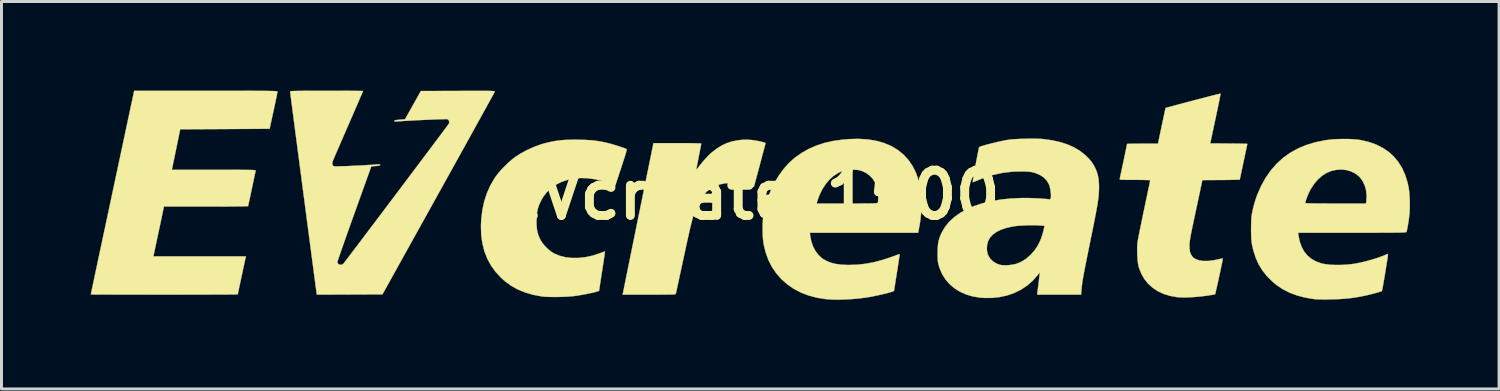
<source format=kicad_pcb>
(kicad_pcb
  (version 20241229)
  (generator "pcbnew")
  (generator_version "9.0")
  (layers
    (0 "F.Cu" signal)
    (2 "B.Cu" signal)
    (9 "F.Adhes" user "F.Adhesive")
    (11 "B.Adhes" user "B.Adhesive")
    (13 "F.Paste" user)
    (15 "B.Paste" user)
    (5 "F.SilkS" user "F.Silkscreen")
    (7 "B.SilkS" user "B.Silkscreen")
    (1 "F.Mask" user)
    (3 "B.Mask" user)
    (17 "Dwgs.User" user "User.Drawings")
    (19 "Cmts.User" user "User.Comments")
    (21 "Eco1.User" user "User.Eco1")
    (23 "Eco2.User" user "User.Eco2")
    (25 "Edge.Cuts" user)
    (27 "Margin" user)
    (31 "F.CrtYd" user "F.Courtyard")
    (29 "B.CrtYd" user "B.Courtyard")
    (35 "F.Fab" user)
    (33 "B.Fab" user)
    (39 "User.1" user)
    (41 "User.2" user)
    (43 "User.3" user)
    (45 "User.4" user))
  (footprint "EVcreate_1500"
    (layer "F.Cu")
    (at 22.188 3.51)
    (property "Reference" "EVcreate_1500" (at 0 0 0) (layer "F.SilkS") (effects (font (size 1.524 1.524) (thickness 0.3))))
    (attr through_hole)
    (fp_poly (pts (xy -5.728 -1.858) (xy -5.53 -1.852) (xy -5.356 -1.841) (xy -5.199 -1.825) (xy -5.049 -1.803) (xy -4.898 -1.773) (xy -4.742 -1.736) (xy -4.669 -1.716) (xy -4.582 -1.69) (xy -4.487 -1.662) (xy -4.393 -1.631) (xy -4.306 -1.602) (xy -4.233 -1.577) (xy -4.181 -1.557) (xy -4.161 -1.547) (xy -4.156 -1.54) (xy -4.154 -1.524) (xy -4.158 -1.498) (xy -4.167 -1.457) (xy -4.183 -1.399) (xy -4.207 -1.32) (xy -4.239 -1.219) (xy -4.28 -1.093) (xy -4.331 -0.937) (xy -4.336 -0.921) (xy -4.538 -0.309) (xy -4.703 -0.376) (xy -4.956 -0.465) (xy -5.205 -0.527) (xy -5.449 -0.562) (xy -5.686 -0.571) (xy -5.913 -0.554) (xy -6.128 -0.512) (xy -6.329 -0.446) (xy -6.515 -0.356) (xy -6.683 -0.242) (xy -6.83 -0.105) (xy -6.955 0.054) (xy -7.044 0.21) (xy -7.101 0.338) (xy -7.141 0.458) (xy -7.168 0.578) (xy -7.183 0.709) (xy -7.187 0.862) (xy -7.187 0.889) (xy -7.184 1.035) (xy -7.172 1.157) (xy -7.151 1.265) (xy -7.117 1.369) (xy -7.07 1.479) (xy -7.065 1.49) (xy -7.002 1.595) (xy -6.916 1.703) (xy -6.815 1.807) (xy -6.707 1.897) (xy -6.6 1.965) (xy -6.595 1.968) (xy -6.413 2.044) (xy -6.212 2.095) (xy -5.997 2.119) (xy -5.77 2.118) (xy -5.535 2.091) (xy -5.296 2.039) (xy -5.056 1.96) (xy -5.043 1.956) (xy -4.977 1.931) (xy -4.924 1.912) (xy -4.891 1.902) (xy -4.884 1.901) (xy -4.885 1.918) (xy -4.891 1.965) (xy -4.901 2.039) (xy -4.915 2.135) (xy -4.932 2.249) (xy -4.952 2.379) (xy -4.974 2.521) (xy -4.979 2.555) (xy -5.002 2.699) (xy -5.022 2.833) (xy -5.041 2.953) (xy -5.056 3.055) (xy -5.068 3.136) (xy -5.076 3.191) (xy -5.08 3.217) (xy -5.08 3.219) (xy -5.096 3.23) (xy -5.141 3.247) (xy -5.212 3.267) (xy -5.303 3.289) (xy -5.411 3.312) (xy -5.531 3.337) (xy -5.659 3.36) (xy -5.792 3.383) (xy -5.834 3.389) (xy -5.947 3.404) (xy -6.083 3.415) (xy -6.234 3.424) (xy -6.393 3.43) (xy -6.551 3.432) (xy -6.703 3.431) (xy -6.84 3.427) (xy -6.955 3.42) (xy -7.01 3.413) (xy -7.303 3.358) (xy -7.572 3.279) (xy -7.82 3.177) (xy -8.047 3.05) (xy -8.256 2.896) (xy -8.378 2.787) (xy -8.563 2.587) (xy -8.719 2.371) (xy -8.845 2.137) (xy -8.942 1.886) (xy -9.009 1.618) (xy -9.047 1.334) (xy -9.056 1.032) (xy -9.046 0.825) (xy -9.008 0.51) (xy -8.945 0.216) (xy -8.856 -0.059) (xy -8.74 -0.318) (xy -8.597 -0.564) (xy -8.546 -0.638) (xy -8.463 -0.745) (xy -8.36 -0.863) (xy -8.243 -0.983) (xy -8.122 -1.098) (xy -8.003 -1.201) (xy -7.908 -1.274) (xy -7.714 -1.399) (xy -7.498 -1.515) (xy -7.271 -1.617) (xy -7.044 -1.7) (xy -6.897 -1.743) (xy -6.726 -1.783) (xy -6.564 -1.815) (xy -6.403 -1.837) (xy -6.237 -1.852) (xy -6.058 -1.859) (xy -5.857 -1.86) (xy -5.728 -1.858)) (stroke (width 0.01) (type solid)) (fill yes) (layer "F.SilkS"))
    (fp_poly (pts (xy 0.067 -1.849) (xy 0.245 -1.821) (xy 0.377 -1.792) (xy 0.449 -1.775) (xy 0.493 -1.76) (xy 0.515 -1.747) (xy 0.519 -1.733) (xy 0.518 -1.73) (xy 0.512 -1.708) (xy 0.498 -1.657) (xy 0.478 -1.58) (xy 0.451 -1.481) (xy 0.42 -1.363) (xy 0.385 -1.23) (xy 0.346 -1.086) (xy 0.321 -0.991) (xy 0.281 -0.841) (xy 0.244 -0.703) (xy 0.21 -0.578) (xy 0.181 -0.47) (xy 0.157 -0.382) (xy 0.14 -0.319) (xy 0.13 -0.282) (xy 0.127 -0.275) (xy 0.11 -0.277) (xy 0.067 -0.286) (xy 0.004 -0.3) (xy -0.073 -0.318) (xy -0.08 -0.32) (xy -0.307 -0.368) (xy -0.511 -0.396) (xy -0.696 -0.402) (xy -0.867 -0.388) (xy -1.027 -0.353) (xy -1.18 -0.296) (xy -1.201 -0.287) (xy -1.345 -0.205) (xy -1.473 -0.1) (xy -1.586 0.03) (xy -1.689 0.188) (xy -1.745 0.296) (xy -1.776 0.361) (xy -1.805 0.424) (xy -1.831 0.486) (xy -1.856 0.55) (xy -1.881 0.618) (xy -1.905 0.693) (xy -1.93 0.777) (xy -1.956 0.873) (xy -1.984 0.983) (xy -2.015 1.109) (xy -2.049 1.255) (xy -2.087 1.423) (xy -2.129 1.614) (xy -2.176 1.832) (xy -2.23 2.079) (xy -2.269 2.261) (xy -2.308 2.443) (xy -2.345 2.616) (xy -2.38 2.777) (xy -2.412 2.923) (xy -2.439 3.051) (xy -2.462 3.157) (xy -2.481 3.24) (xy -2.493 3.296) (xy -2.499 3.322) (xy -2.499 3.323) (xy -2.503 3.33) (xy -2.512 3.335) (xy -2.528 3.34) (xy -2.554 3.343) (xy -2.593 3.346) (xy -2.649 3.349) (xy -2.722 3.35) (xy -2.816 3.351) (xy -2.935 3.352) (xy -3.08 3.353) (xy -3.254 3.353) (xy -3.398 3.353) (xy -4.288 3.353) (xy -4.279 3.306) (xy -4.268 3.252) (xy -4.251 3.169) (xy -4.229 3.06) (xy -4.202 2.926) (xy -4.171 2.772) (xy -4.135 2.597) (xy -4.096 2.405) (xy -4.054 2.198) (xy -4.01 1.979) (xy -3.963 1.748) (xy -3.914 1.509) (xy -3.864 1.264) (xy -3.814 1.015) (xy -3.763 0.764) (xy -3.712 0.514) (xy -3.661 0.266) (xy -3.612 0.023) (xy -3.564 -0.213) (xy -3.518 -0.439) (xy -3.474 -0.655) (xy -3.433 -0.856) (xy -3.395 -1.041) (xy -3.361 -1.208) (xy -3.331 -1.355) (xy -3.306 -1.479) (xy -3.286 -1.579) (xy -3.271 -1.651) (xy -3.262 -1.694) (xy -3.259 -1.706) (xy -3.251 -1.744) (xy -2.447 -1.744) (xy -2.285 -1.744) (xy -2.135 -1.743) (xy -1.998 -1.742) (xy -1.879 -1.74) (xy -1.781 -1.738) (xy -1.706 -1.736) (xy -1.659 -1.733) (xy -1.643 -1.73) (xy -1.643 -1.73) (xy -1.646 -1.711) (xy -1.655 -1.662) (xy -1.669 -1.59) (xy -1.687 -1.499) (xy -1.708 -1.392) (xy -1.727 -1.295) (xy -1.75 -1.179) (xy -1.77 -1.075) (xy -1.787 -0.986) (xy -1.799 -0.917) (xy -1.806 -0.873) (xy -1.807 -0.859) (xy -1.796 -0.863) (xy -1.772 -0.89) (xy -1.751 -0.918) (xy -1.68 -1.012) (xy -1.596 -1.115) (xy -1.504 -1.218) (xy -1.414 -1.314) (xy -1.333 -1.393) (xy -1.305 -1.418) (xy -1.133 -1.553) (xy -0.965 -1.659) (xy -0.795 -1.74) (xy -0.616 -1.799) (xy -0.423 -1.838) (xy -0.258 -1.857) (xy -0.098 -1.86) (xy 0.067 -1.849)) (stroke (width 0.01) (type solid)) (fill yes) (layer "F.SilkS"))
    (fp_poly (pts (xy 3.95 -1.87) (xy 4.23 -1.825) (xy 4.488 -1.755) (xy 4.725 -1.658) (xy 4.78 -1.63) (xy 4.986 -1.503) (xy 5.168 -1.352) (xy 5.327 -1.178) (xy 5.462 -0.982) (xy 5.573 -0.765) (xy 5.659 -0.527) (xy 5.721 -0.269) (xy 5.758 0.007) (xy 5.769 0.301) (xy 5.755 0.613) (xy 5.716 0.94) (xy 5.672 1.181) (xy 5.653 1.27) (xy 2.01 1.27) (xy 2.022 1.367) (xy 2.057 1.554) (xy 2.116 1.727) (xy 2.197 1.882) (xy 2.297 2.016) (xy 2.414 2.125) (xy 2.464 2.159) (xy 2.591 2.229) (xy 2.73 2.283) (xy 2.884 2.321) (xy 3.058 2.344) (xy 3.258 2.354) (xy 3.327 2.355) (xy 3.614 2.345) (xy 3.892 2.314) (xy 4.171 2.261) (xy 4.459 2.184) (xy 4.64 2.126) (xy 4.734 2.094) (xy 4.821 2.063) (xy 4.895 2.036) (xy 4.948 2.016) (xy 4.966 2.009) (xy 5.006 1.992) (xy 5.024 1.99) (xy 5.029 2.004) (xy 5.029 2.012) (xy 5.027 2.036) (xy 5.019 2.089) (xy 5.008 2.167) (xy 4.993 2.267) (xy 4.975 2.384) (xy 4.955 2.514) (xy 4.936 2.631) (xy 4.914 2.768) (xy 4.895 2.894) (xy 4.877 3.005) (xy 4.863 3.097) (xy 4.852 3.168) (xy 4.845 3.212) (xy 4.843 3.226) (xy 4.827 3.237) (xy 4.782 3.254) (xy 4.714 3.275) (xy 4.626 3.299) (xy 4.522 3.325) (xy 4.409 3.352) (xy 4.289 3.378) (xy 4.169 3.403) (xy 4.052 3.426) (xy 3.942 3.445) (xy 3.886 3.453) (xy 3.66 3.482) (xy 3.427 3.503) (xy 3.195 3.516) (xy 2.971 3.522) (xy 2.763 3.519) (xy 2.578 3.507) (xy 2.532 3.502) (xy 2.236 3.454) (xy 1.958 3.379) (xy 1.699 3.278) (xy 1.461 3.152) (xy 1.244 3.002) (xy 1.05 2.829) (xy 0.879 2.634) (xy 0.734 2.419) (xy 0.614 2.183) (xy 0.522 1.928) (xy 0.457 1.656) (xy 0.456 1.649) (xy 0.436 1.5) (xy 0.424 1.331) (xy 0.42 1.151) (xy 0.423 0.971) (xy 0.434 0.804) (xy 0.447 0.694) (xy 0.504 0.408) (xy 0.54 0.288) (xy 2.237 0.288) (xy 3.261 0.288) (xy 3.473 0.288) (xy 3.654 0.288) (xy 3.806 0.287) (xy 3.932 0.287) (xy 4.034 0.285) (xy 4.115 0.284) (xy 4.177 0.282) (xy 4.223 0.279) (xy 4.255 0.276) (xy 4.276 0.272) (xy 4.289 0.268) (xy 4.295 0.262) (xy 4.297 0.258) (xy 4.306 0.217) (xy 4.31 0.15) (xy 4.31 0.068) (xy 4.306 -0.021) (xy 4.3 -0.109) (xy 4.29 -0.186) (xy 4.278 -0.244) (xy 4.278 -0.246) (xy 4.214 -0.406) (xy 4.125 -0.546) (xy 4.014 -0.662) (xy 3.883 -0.753) (xy 3.734 -0.817) (xy 3.681 -0.832) (xy 3.591 -0.846) (xy 3.481 -0.851) (xy 3.364 -0.849) (xy 3.252 -0.839) (xy 3.158 -0.822) (xy 3.133 -0.815) (xy 2.969 -0.745) (xy 2.814 -0.645) (xy 2.671 -0.518) (xy 2.541 -0.365) (xy 2.428 -0.19) (xy 2.333 0.005) (xy 2.262 0.202) (xy 2.237 0.288) (xy 0.54 0.288) (xy 0.587 0.127) (xy 0.692 -0.145) (xy 0.817 -0.404) (xy 0.962 -0.647) (xy 1.123 -0.87) (xy 1.299 -1.068) (xy 1.488 -1.239) (xy 1.514 -1.26) (xy 1.741 -1.419) (xy 1.979 -1.553) (xy 2.231 -1.663) (xy 2.501 -1.751) (xy 2.79 -1.816) (xy 3.103 -1.861) (xy 3.327 -1.88) (xy 3.649 -1.888) (xy 3.95 -1.87)) (stroke (width 0.01) (type solid)) (fill yes) (layer "F.SilkS"))
    (fp_poly (pts (xy -17.978 -3.505) (xy -17.677 -3.505) (xy -17.405 -3.505) (xy -17.163 -3.505) (xy -16.949 -3.504) (xy -16.76 -3.504) (xy -16.595 -3.503) (xy -16.452 -3.503) (xy -16.331 -3.502) (xy -16.228 -3.501) (xy -16.143 -3.499) (xy -16.074 -3.498) (xy -16.02 -3.496) (xy -15.978 -3.494) (xy -15.947 -3.491) (xy -15.926 -3.488) (xy -15.912 -3.485) (xy -15.904 -3.482) (xy -15.901 -3.478) (xy -15.901 -3.476) (xy -15.905 -3.453) (xy -15.915 -3.401) (xy -15.93 -3.323) (xy -15.951 -3.224) (xy -15.975 -3.108) (xy -16.003 -2.978) (xy -16.033 -2.839) (xy -16.034 -2.836) (xy -16.166 -2.227) (xy -17.67 -2.218) (xy -19.175 -2.21) (xy -19.304 -1.583) (xy -19.334 -1.44) (xy -19.361 -1.305) (xy -19.387 -1.183) (xy -19.408 -1.078) (xy -19.426 -0.993) (xy -19.438 -0.934) (xy -19.444 -0.903) (xy -19.445 -0.902) (xy -19.456 -0.847) (xy -18.041 -0.847) (xy -17.789 -0.847) (xy -17.569 -0.847) (xy -17.378 -0.846) (xy -17.215 -0.846) (xy -17.078 -0.845) (xy -16.964 -0.844) (xy -16.871 -0.843) (xy -16.797 -0.842) (xy -16.74 -0.84) (xy -16.697 -0.837) (xy -16.668 -0.834) (xy -16.649 -0.831) (xy -16.639 -0.827) (xy -16.635 -0.822) (xy -16.635 -0.817) (xy -16.64 -0.794) (xy -16.652 -0.742) (xy -16.669 -0.664) (xy -16.69 -0.566) (xy -16.714 -0.451) (xy -16.741 -0.322) (xy -16.765 -0.212) (xy -16.793 -0.077) (xy -16.82 0.048) (xy -16.843 0.158) (xy -16.864 0.25) (xy -16.879 0.319) (xy -16.89 0.363) (xy -16.893 0.376) (xy -16.911 0.378) (xy -16.96 0.38) (xy -17.038 0.382) (xy -17.143 0.384) (xy -17.271 0.385) (xy -17.42 0.387) (xy -17.589 0.388) (xy -17.774 0.388) (xy -17.972 0.389) (xy -18.182 0.389) (xy -18.312 0.389) (xy -19.722 0.389) (xy -19.828 0.893) (xy -19.859 1.041) (xy -19.893 1.197) (xy -19.926 1.354) (xy -19.957 1.502) (xy -19.985 1.633) (xy -20.006 1.731) (xy -20.077 2.066) (xy -16.964 2.066) (xy -16.973 2.104) (xy -16.979 2.131) (xy -16.991 2.185) (xy -17.008 2.262) (xy -17.028 2.357) (xy -17.052 2.467) (xy -17.077 2.585) (xy -17.104 2.709) (xy -17.13 2.833) (xy -17.156 2.954) (xy -17.18 3.065) (xy -17.201 3.164) (xy -17.218 3.246) (xy -17.23 3.306) (xy -17.237 3.339) (xy -17.238 3.345) (xy -17.255 3.346) (xy -17.303 3.346) (xy -17.382 3.347) (xy -17.489 3.348) (xy -17.622 3.349) (xy -17.78 3.35) (xy -17.961 3.35) (xy -18.162 3.351) (xy -18.382 3.352) (xy -18.619 3.352) (xy -18.871 3.352) (xy -19.136 3.353) (xy -19.413 3.353) (xy -19.699 3.353) (xy -19.71 3.353) (xy -19.997 3.353) (xy -20.274 3.353) (xy -20.54 3.352) (xy -20.792 3.352) (xy -21.03 3.352) (xy -21.251 3.352) (xy -21.453 3.351) (xy -21.634 3.351) (xy -21.793 3.35) (xy -21.927 3.349) (xy -22.035 3.349) (xy -22.115 3.348) (xy -22.165 3.348) (xy -22.183 3.347) (xy -22.183 3.347) (xy -22.179 3.33) (xy -22.169 3.282) (xy -22.152 3.203) (xy -22.13 3.096) (xy -22.101 2.962) (xy -22.067 2.803) (xy -22.029 2.62) (xy -21.985 2.415) (xy -21.937 2.189) (xy -21.885 1.944) (xy -21.829 1.682) (xy -21.77 1.403) (xy -21.707 1.11) (xy -21.642 0.804) (xy -21.574 0.487) (xy -21.505 0.16) (xy -21.463 -0.036) (xy -21.392 -0.368) (xy -21.323 -0.692) (xy -21.256 -1.006) (xy -21.192 -1.309) (xy -21.13 -1.598) (xy -21.072 -1.872) (xy -21.017 -2.13) (xy -20.966 -2.37) (xy -20.919 -2.59) (xy -20.876 -2.789) (xy -20.839 -2.965) (xy -20.806 -3.117) (xy -20.779 -3.244) (xy -20.758 -3.342) (xy -20.743 -3.412) (xy -20.735 -3.451) (xy -20.734 -3.459) (xy -20.724 -3.505) (xy -18.312 -3.505) (xy -17.978 -3.505)) (stroke (width 0.01) (type solid)) (fill yes) (layer "F.SilkS"))
    (fp_poly (pts (xy 20.122 -1.883) (xy 20.288 -1.876) (xy 20.437 -1.863) (xy 20.54 -1.848) (xy 20.811 -1.786) (xy 21.059 -1.699) (xy 21.282 -1.588) (xy 21.483 -1.452) (xy 21.659 -1.293) (xy 21.811 -1.109) (xy 21.939 -0.903) (xy 22.042 -0.673) (xy 22.121 -0.42) (xy 22.158 -0.246) (xy 22.174 -0.131) (xy 22.186 0.008) (xy 22.194 0.161) (xy 22.197 0.318) (xy 22.195 0.471) (xy 22.188 0.608) (xy 22.184 0.653) (xy 22.173 0.743) (xy 22.159 0.846) (xy 22.143 0.952) (xy 22.126 1.054) (xy 22.109 1.144) (xy 22.095 1.213) (xy 22.088 1.24) (xy 22.085 1.245) (xy 22.078 1.249) (xy 22.066 1.253) (xy 22.046 1.256) (xy 22.016 1.259) (xy 21.976 1.261) (xy 21.922 1.263) (xy 21.852 1.265) (xy 21.766 1.266) (xy 21.661 1.267) (xy 21.535 1.268) (xy 21.386 1.269) (xy 21.213 1.269) (xy 21.013 1.27) (xy 20.785 1.27) (xy 20.526 1.27) (xy 20.259 1.27) (xy 18.438 1.27) (xy 18.449 1.35) (xy 18.491 1.56) (xy 18.556 1.745) (xy 18.645 1.906) (xy 18.757 2.042) (xy 18.893 2.154) (xy 19.052 2.242) (xy 19.234 2.305) (xy 19.259 2.311) (xy 19.383 2.333) (xy 19.532 2.348) (xy 19.699 2.355) (xy 19.877 2.354) (xy 20.058 2.345) (xy 20.235 2.328) (xy 20.345 2.312) (xy 20.518 2.279) (xy 20.707 2.235) (xy 20.902 2.181) (xy 21.092 2.122) (xy 21.267 2.06) (xy 21.376 2.016) (xy 21.423 1.997) (xy 21.455 1.986) (xy 21.464 1.985) (xy 21.463 2.003) (xy 21.457 2.05) (xy 21.447 2.121) (xy 21.433 2.213) (xy 21.417 2.319) (xy 21.398 2.436) (xy 21.378 2.56) (xy 21.357 2.685) (xy 21.337 2.808) (xy 21.317 2.923) (xy 21.299 3.026) (xy 21.283 3.114) (xy 21.271 3.18) (xy 21.262 3.221) (xy 21.258 3.233) (xy 21.235 3.243) (xy 21.185 3.26) (xy 21.113 3.281) (xy 21.026 3.305) (xy 20.93 3.33) (xy 20.831 3.355) (xy 20.733 3.378) (xy 20.645 3.397) (xy 20.608 3.405) (xy 20.393 3.444) (xy 20.188 3.473) (xy 19.98 3.493) (xy 19.76 3.507) (xy 19.524 3.513) (xy 19.4 3.515) (xy 19.28 3.515) (xy 19.171 3.513) (xy 19.078 3.511) (xy 19.008 3.507) (xy 18.982 3.504) (xy 18.681 3.454) (xy 18.405 3.382) (xy 18.152 3.288) (xy 17.92 3.169) (xy 17.708 3.027) (xy 17.577 2.918) (xy 17.394 2.735) (xy 17.24 2.543) (xy 17.113 2.337) (xy 17.012 2.113) (xy 16.933 1.867) (xy 16.895 1.703) (xy 16.882 1.632) (xy 16.872 1.566) (xy 16.865 1.497) (xy 16.861 1.418) (xy 16.858 1.323) (xy 16.857 1.203) (xy 16.857 1.151) (xy 16.858 1.002) (xy 16.862 0.871) (xy 16.868 0.762) (xy 16.876 0.681) (xy 16.88 0.66) (xy 16.907 0.525) (xy 16.943 0.376) (xy 16.973 0.27) (xy 18.677 0.27) (xy 18.69 0.274) (xy 18.729 0.277) (xy 18.795 0.28) (xy 18.889 0.283) (xy 19.013 0.285) (xy 19.166 0.286) (xy 19.351 0.287) (xy 19.568 0.288) (xy 19.7 0.288) (xy 20.722 0.288) (xy 20.733 0.209) (xy 20.744 0.027) (xy 20.727 -0.147) (xy 20.684 -0.311) (xy 20.616 -0.458) (xy 20.525 -0.586) (xy 20.496 -0.616) (xy 20.374 -0.715) (xy 20.233 -0.788) (xy 20.077 -0.836) (xy 19.911 -0.856) (xy 19.738 -0.848) (xy 19.565 -0.811) (xy 19.558 -0.809) (xy 19.4 -0.744) (xy 19.248 -0.648) (xy 19.107 -0.524) (xy 18.978 -0.374) (xy 18.866 -0.202) (xy 18.823 -0.123) (xy 18.794 -0.059) (xy 18.762 0.016) (xy 18.732 0.094) (xy 18.705 0.167) (xy 18.687 0.227) (xy 18.678 0.265) (xy 18.677 0.27) (xy 16.973 0.27) (xy 16.985 0.227) (xy 17.029 0.089) (xy 17.063 -0.006) (xy 17.198 -0.31) (xy 17.352 -0.586) (xy 17.526 -0.834) (xy 17.721 -1.056) (xy 17.936 -1.252) (xy 18.172 -1.42) (xy 18.43 -1.563) (xy 18.71 -1.68) (xy 19.011 -1.772) (xy 19.336 -1.838) (xy 19.451 -1.855) (xy 19.602 -1.871) (xy 19.77 -1.88) (xy 19.946 -1.884) (xy 20.122 -1.883)) (stroke (width 0.01) (type solid)) (fill yes) (layer "F.SilkS"))
    (fp_poly (pts (xy 15.828 -3.394) (xy 15.82 -3.347) (xy 15.805 -3.273) (xy 15.786 -3.175) (xy 15.762 -3.056) (xy 15.734 -2.921) (xy 15.702 -2.771) (xy 15.668 -2.61) (xy 15.66 -2.57) (xy 15.482 -1.736) (xy 16.106 -1.731) (xy 16.248 -1.73) (xy 16.378 -1.728) (xy 16.493 -1.727) (xy 16.59 -1.725) (xy 16.664 -1.723) (xy 16.712 -1.721) (xy 16.73 -1.719) (xy 16.73 -1.719) (xy 16.727 -1.701) (xy 16.717 -1.654) (xy 16.702 -1.581) (xy 16.682 -1.486) (xy 16.658 -1.374) (xy 16.631 -1.247) (xy 16.603 -1.118) (xy 16.574 -0.981) (xy 16.547 -0.855) (xy 16.523 -0.743) (xy 16.504 -0.65) (xy 16.489 -0.578) (xy 16.479 -0.532) (xy 16.476 -0.516) (xy 16.46 -0.514) (xy 16.413 -0.513) (xy 16.34 -0.511) (xy 16.245 -0.509) (xy 16.13 -0.507) (xy 16 -0.505) (xy 15.859 -0.504) (xy 15.847 -0.504) (xy 15.217 -0.5) (xy 15.026 0.398) (xy 14.978 0.624) (xy 14.936 0.819) (xy 14.901 0.987) (xy 14.871 1.129) (xy 14.847 1.249) (xy 14.827 1.35) (xy 14.812 1.434) (xy 14.801 1.503) (xy 14.793 1.561) (xy 14.787 1.61) (xy 14.785 1.653) (xy 14.784 1.693) (xy 14.784 1.732) (xy 14.786 1.768) (xy 14.791 1.848) (xy 14.799 1.906) (xy 14.813 1.953) (xy 14.836 2.001) (xy 14.845 2.016) (xy 14.884 2.077) (xy 14.928 2.119) (xy 14.991 2.157) (xy 14.992 2.157) (xy 15.109 2.2) (xy 15.251 2.221) (xy 15.416 2.219) (xy 15.605 2.196) (xy 15.753 2.165) (xy 15.82 2.15) (xy 15.872 2.14) (xy 15.902 2.136) (xy 15.907 2.136) (xy 15.905 2.154) (xy 15.897 2.2) (xy 15.883 2.27) (xy 15.864 2.359) (xy 15.842 2.464) (xy 15.818 2.579) (xy 15.791 2.7) (xy 15.765 2.822) (xy 15.739 2.942) (xy 15.714 3.054) (xy 15.691 3.153) (xy 15.672 3.236) (xy 15.658 3.298) (xy 15.648 3.335) (xy 15.646 3.342) (xy 15.627 3.347) (xy 15.58 3.356) (xy 15.51 3.367) (xy 15.422 3.38) (xy 15.322 3.395) (xy 15.315 3.396) (xy 15.143 3.416) (xy 14.968 3.432) (xy 14.799 3.443) (xy 14.64 3.448) (xy 14.5 3.447) (xy 14.385 3.439) (xy 14.364 3.437) (xy 14.126 3.394) (xy 13.912 3.328) (xy 13.719 3.239) (xy 13.547 3.124) (xy 13.392 2.985) (xy 13.381 2.973) (xy 13.262 2.822) (xy 13.163 2.648) (xy 13.088 2.459) (xy 13.07 2.396) (xy 13.052 2.304) (xy 13.038 2.187) (xy 13.028 2.055) (xy 13.024 1.917) (xy 13.024 1.78) (xy 13.03 1.656) (xy 13.038 1.582) (xy 13.045 1.537) (xy 13.059 1.463) (xy 13.078 1.363) (xy 13.102 1.24) (xy 13.131 1.099) (xy 13.163 0.942) (xy 13.198 0.773) (xy 13.234 0.597) (xy 13.26 0.475) (xy 13.297 0.3) (xy 13.332 0.135) (xy 13.364 -0.017) (xy 13.392 -0.154) (xy 13.417 -0.271) (xy 13.437 -0.367) (xy 13.451 -0.438) (xy 13.46 -0.481) (xy 13.462 -0.494) (xy 13.446 -0.498) (xy 13.4 -0.501) (xy 13.328 -0.503) (xy 13.235 -0.506) (xy 13.124 -0.507) (xy 13 -0.508) (xy 12.944 -0.508) (xy 12.798 -0.508) (xy 12.683 -0.509) (xy 12.594 -0.51) (xy 12.529 -0.511) (xy 12.484 -0.514) (xy 12.455 -0.518) (xy 12.44 -0.523) (xy 12.435 -0.53) (xy 12.436 -0.538) (xy 12.441 -0.561) (xy 12.452 -0.612) (xy 12.468 -0.687) (xy 12.488 -0.78) (xy 12.511 -0.887) (xy 12.536 -1.003) (xy 12.561 -1.124) (xy 12.587 -1.245) (xy 12.611 -1.362) (xy 12.633 -1.469) (xy 12.653 -1.563) (xy 12.668 -1.638) (xy 12.678 -1.69) (xy 12.683 -1.715) (xy 12.683 -1.716) (xy 12.699 -1.719) (xy 12.745 -1.721) (xy 12.817 -1.723) (xy 12.91 -1.725) (xy 13.021 -1.726) (xy 13.146 -1.727) (xy 13.204 -1.727) (xy 13.725 -1.727) (xy 13.85 -2.324) (xy 13.879 -2.461) (xy 13.906 -2.588) (xy 13.93 -2.699) (xy 13.95 -2.793) (xy 13.965 -2.864) (xy 13.975 -2.91) (xy 13.979 -2.926) (xy 13.996 -2.932) (xy 14.042 -2.945) (xy 14.114 -2.965) (xy 14.208 -2.99) (xy 14.32 -3.021) (xy 14.447 -3.054) (xy 14.585 -3.091) (xy 14.731 -3.13) (xy 14.881 -3.169) (xy 15.032 -3.209) (xy 15.179 -3.247) (xy 15.32 -3.284) (xy 15.451 -3.318) (xy 15.568 -3.348) (xy 15.668 -3.373) (xy 15.747 -3.393) (xy 15.802 -3.406) (xy 15.828 -3.412) (xy 15.83 -3.412) (xy 15.828 -3.394)) (stroke (width 0.01) (type solid)) (fill yes) (layer "F.SilkS"))
    (fp_poly (pts (xy 9.622 -1.893) (xy 9.749 -1.889) (xy 9.853 -1.882) (xy 9.877 -1.88) (xy 10.176 -1.837) (xy 10.446 -1.776) (xy 10.691 -1.696) (xy 10.912 -1.596) (xy 11.109 -1.476) (xy 11.285 -1.335) (xy 11.317 -1.305) (xy 11.416 -1.205) (xy 11.493 -1.11) (xy 11.558 -1.01) (xy 11.608 -0.916) (xy 11.664 -0.787) (xy 11.703 -0.655) (xy 11.728 -0.513) (xy 11.739 -0.352) (xy 11.74 -0.254) (xy 11.739 -0.176) (xy 11.736 -0.099) (xy 11.73 -0.02) (xy 11.723 0.063) (xy 11.711 0.155) (xy 11.697 0.257) (xy 11.678 0.374) (xy 11.654 0.507) (xy 11.625 0.661) (xy 11.591 0.837) (xy 11.551 1.04) (xy 11.504 1.272) (xy 11.487 1.353) (xy 11.434 1.617) (xy 11.386 1.851) (xy 11.345 2.056) (xy 11.309 2.235) (xy 11.278 2.391) (xy 11.251 2.526) (xy 11.229 2.643) (xy 11.211 2.743) (xy 11.196 2.829) (xy 11.183 2.905) (xy 11.174 2.971) (xy 11.166 3.031) (xy 11.159 3.087) (xy 11.154 3.141) (xy 11.149 3.197) (xy 11.147 3.22) (xy 11.137 3.353) (xy 9.658 3.353) (xy 9.704 2.985) (xy 9.718 2.877) (xy 9.729 2.781) (xy 9.738 2.703) (xy 9.744 2.646) (xy 9.746 2.615) (xy 9.746 2.612) (xy 9.734 2.621) (xy 9.708 2.652) (xy 9.674 2.696) (xy 9.512 2.882) (xy 9.328 3.044) (xy 9.123 3.181) (xy 8.9 3.292) (xy 8.661 3.377) (xy 8.408 3.434) (xy 8.143 3.463) (xy 7.869 3.464) (xy 7.729 3.453) (xy 7.489 3.413) (xy 7.266 3.347) (xy 7.061 3.255) (xy 6.877 3.14) (xy 6.715 3.003) (xy 6.576 2.844) (xy 6.463 2.665) (xy 6.377 2.468) (xy 6.347 2.37) (xy 6.332 2.31) (xy 6.321 2.254) (xy 6.314 2.194) (xy 6.31 2.122) (xy 6.309 2.03) (xy 6.309 1.947) (xy 6.313 1.796) (xy 6.313 1.79) (xy 7.966 1.79) (xy 7.975 1.91) (xy 8.005 2.017) (xy 8.012 2.033) (xy 8.083 2.148) (xy 8.181 2.242) (xy 8.303 2.313) (xy 8.399 2.348) (xy 8.481 2.362) (xy 8.584 2.366) (xy 8.7 2.361) (xy 8.817 2.347) (xy 8.926 2.325) (xy 8.968 2.313) (xy 9.132 2.244) (xy 9.288 2.145) (xy 9.434 2.019) (xy 9.565 1.872) (xy 9.677 1.706) (xy 9.767 1.526) (xy 9.775 1.507) (xy 9.807 1.418) (xy 9.84 1.314) (xy 9.869 1.207) (xy 9.891 1.113) (xy 9.895 1.09) (xy 9.905 1.036) (xy 9.723 1.024) (xy 9.605 1.019) (xy 9.468 1.018) (xy 9.322 1.02) (xy 9.175 1.027) (xy 9.037 1.036) (xy 8.917 1.048) (xy 8.848 1.058) (xy 8.635 1.104) (xy 8.451 1.165) (xy 8.296 1.24) (xy 8.17 1.33) (xy 8.075 1.432) (xy 8.01 1.548) (xy 8.008 1.553) (xy 7.977 1.667) (xy 7.966 1.79) (xy 6.313 1.79) (xy 6.322 1.669) (xy 6.34 1.559) (xy 6.368 1.456) (xy 6.408 1.352) (xy 6.452 1.258) (xy 6.563 1.071) (xy 6.702 0.9) (xy 6.871 0.744) (xy 7.067 0.604) (xy 7.289 0.48) (xy 7.536 0.373) (xy 7.808 0.283) (xy 8.104 0.21) (xy 8.421 0.156) (xy 8.76 0.12) (xy 9.119 0.103) (xy 9.263 0.102) (xy 9.373 0.103) (xy 9.498 0.107) (xy 9.629 0.112) (xy 9.759 0.119) (xy 9.878 0.128) (xy 9.979 0.136) (xy 10.045 0.144) (xy 10.086 0.147) (xy 10.106 0.137) (xy 10.117 0.104) (xy 10.12 0.089) (xy 10.124 0.022) (xy 10.119 -0.065) (xy 10.106 -0.162) (xy 10.087 -0.256) (xy 10.064 -0.336) (xy 10.053 -0.362) (xy 9.981 -0.485) (xy 9.884 -0.586) (xy 9.762 -0.668) (xy 9.612 -0.733) (xy 9.593 -0.739) (xy 9.532 -0.757) (xy 9.475 -0.77) (xy 9.411 -0.779) (xy 9.333 -0.786) (xy 9.232 -0.79) (xy 9.194 -0.792) (xy 8.849 -0.786) (xy 8.509 -0.747) (xy 8.174 -0.674) (xy 7.843 -0.568) (xy 7.695 -0.509) (xy 7.619 -0.477) (xy 7.556 -0.452) (xy 7.512 -0.435) (xy 7.491 -0.429) (xy 7.49 -0.429) (xy 7.491 -0.447) (xy 7.497 -0.494) (xy 7.509 -0.565) (xy 7.524 -0.655) (xy 7.542 -0.76) (xy 7.563 -0.876) (xy 7.585 -0.996) (xy 7.607 -1.118) (xy 7.63 -1.236) (xy 7.651 -1.345) (xy 7.67 -1.442) (xy 7.686 -1.521) (xy 7.699 -1.578) (xy 7.707 -1.608) (xy 7.709 -1.611) (xy 7.747 -1.628) (xy 7.812 -1.65) (xy 7.901 -1.676) (xy 8.006 -1.705) (xy 8.123 -1.735) (xy 8.246 -1.765) (xy 8.371 -1.794) (xy 8.491 -1.82) (xy 8.602 -1.842) (xy 8.678 -1.855) (xy 8.769 -1.866) (xy 8.886 -1.876) (xy 9.022 -1.884) (xy 9.171 -1.889) (xy 9.326 -1.893) (xy 9.478 -1.894) (xy 9.622 -1.893)) (stroke (width 0.01) (type solid)) (fill yes) (layer "F.SilkS"))
    (fp_poly (pts (xy -14.049 -3.505) (xy -13.858 -3.505) (xy -13.681 -3.504) (xy -13.519 -3.504) (xy -13.375 -3.503) (xy -13.252 -3.502) (xy -13.153 -3.501) (xy -13.079 -3.5) (xy -13.035 -3.499) (xy -13.022 -3.498) (xy -13.028 -3.482) (xy -13.047 -3.437) (xy -13.078 -3.366) (xy -13.119 -3.271) (xy -13.169 -3.155) (xy -13.227 -3.021) (xy -13.293 -2.87) (xy -13.364 -2.705) (xy -13.441 -2.529) (xy -13.515 -2.359) (xy -13.596 -2.173) (xy -13.674 -1.993) (xy -13.747 -1.824) (xy -13.815 -1.667) (xy -13.876 -1.526) (xy -13.93 -1.403) (xy -13.974 -1.301) (xy -14.008 -1.222) (xy -14.03 -1.17) (xy -14.039 -1.147) (xy -14.059 -1.07) (xy -14.05 -1.011) (xy -14.013 -0.97) (xy -14.006 -0.966) (xy -13.982 -0.963) (xy -13.929 -0.962) (xy -13.85 -0.963) (xy -13.749 -0.966) (xy -13.631 -0.969) (xy -13.499 -0.974) (xy -13.358 -0.981) (xy -13.211 -0.988) (xy -13.062 -0.995) (xy -12.916 -1.004) (xy -12.777 -1.012) (xy -12.648 -1.021) (xy -12.586 -1.026) (xy -12.516 -1.031) (xy -12.474 -1.03) (xy -12.453 -1.025) (xy -12.446 -1.014) (xy -12.446 -1.011) (xy -12.453 -0.998) (xy -12.479 -0.988) (xy -12.529 -0.98) (xy -12.595 -0.974) (xy -12.745 -0.962) (xy -13.315 0.624) (xy -13.395 0.847) (xy -13.472 1.061) (xy -13.544 1.265) (xy -13.612 1.456) (xy -13.674 1.632) (xy -13.73 1.791) (xy -13.778 1.93) (xy -13.818 2.047) (xy -13.85 2.141) (xy -13.872 2.208) (xy -13.884 2.247) (xy -13.885 2.255) (xy -13.871 2.303) (xy -13.835 2.336) (xy -13.786 2.351) (xy -13.734 2.346) (xy -13.688 2.317) (xy -13.687 2.316) (xy -13.672 2.296) (xy -13.637 2.251) (xy -13.585 2.183) (xy -13.516 2.093) (xy -13.432 1.983) (xy -13.335 1.854) (xy -13.224 1.709) (xy -13.103 1.548) (xy -12.972 1.375) (xy -12.832 1.189) (xy -12.684 0.994) (xy -12.531 0.791) (xy -12.372 0.581) (xy -12.21 0.366) (xy -12.046 0.148) (xy -11.88 -0.072) (xy -11.715 -0.291) (xy -11.552 -0.508) (xy -11.391 -0.722) (xy -11.234 -0.93) (xy -11.083 -1.131) (xy -10.938 -1.324) (xy -10.801 -1.506) (xy -10.673 -1.676) (xy -10.556 -1.833) (xy -10.45 -1.973) (xy -10.358 -2.097) (xy -10.28 -2.202) (xy -10.217 -2.286) (xy -10.171 -2.348) (xy -10.143 -2.386) (xy -10.135 -2.398) (xy -10.122 -2.453) (xy -10.134 -2.504) (xy -10.168 -2.542) (xy -10.191 -2.552) (xy -10.215 -2.553) (xy -10.269 -2.552) (xy -10.349 -2.55) (xy -10.451 -2.547) (xy -10.57 -2.542) (xy -10.704 -2.537) (xy -10.848 -2.531) (xy -10.997 -2.524) (xy -11.149 -2.517) (xy -11.299 -2.509) (xy -11.442 -2.501) (xy -11.576 -2.494) (xy -11.697 -2.487) (xy -11.799 -2.48) (xy -11.849 -2.477) (xy -11.914 -2.473) (xy -11.951 -2.474) (xy -11.969 -2.482) (xy -11.972 -2.493) (xy -11.965 -2.505) (xy -11.94 -2.515) (xy -11.893 -2.523) (xy -11.819 -2.531) (xy -11.791 -2.533) (xy -11.61 -2.548) (xy -11.344 -3.023) (xy -11.078 -3.497) (xy -9.829 -3.501) (xy -9.594 -3.502) (xy -9.39 -3.502) (xy -9.215 -3.503) (xy -9.068 -3.503) (xy -8.945 -3.502) (xy -8.845 -3.502) (xy -8.766 -3.501) (xy -8.704 -3.499) (xy -8.658 -3.497) (xy -8.626 -3.494) (xy -8.606 -3.491) (xy -8.594 -3.486) (xy -8.59 -3.482) (xy -8.59 -3.476) (xy -8.59 -3.476) (xy -8.599 -3.458) (xy -8.623 -3.413) (xy -8.663 -3.34) (xy -8.717 -3.242) (xy -8.784 -3.119) (xy -8.864 -2.974) (xy -8.957 -2.807) (xy -9.06 -2.619) (xy -9.175 -2.413) (xy -9.299 -2.188) (xy -9.432 -1.948) (xy -9.573 -1.692) (xy -9.723 -1.423) (xy -9.879 -1.141) (xy -10.041 -0.848) (xy -10.209 -0.546) (xy -10.382 -0.235) (xy -10.484 -0.051) (xy -12.37 3.344) (xy -13.473 3.349) (xy -14.577 3.353) (xy -14.587 3.289) (xy -14.591 3.264) (xy -14.598 3.208) (xy -14.61 3.122) (xy -14.625 3.009) (xy -14.643 2.87) (xy -14.665 2.708) (xy -14.689 2.525) (xy -14.716 2.322) (xy -14.745 2.101) (xy -14.776 1.864) (xy -14.809 1.614) (xy -14.844 1.352) (xy -14.88 1.08) (xy -14.917 0.8) (xy -14.954 0.514) (xy -14.992 0.224) (xy -15.031 -0.068) (xy -15.069 -0.36) (xy -15.107 -0.651) (xy -15.145 -0.938) (xy -15.182 -1.219) (xy -15.218 -1.493) (xy -15.252 -1.757) (xy -15.286 -2.01) (xy -15.317 -2.249) (xy -15.346 -2.473) (xy -15.373 -2.679) (xy -15.398 -2.867) (xy -15.419 -3.033) (xy -15.438 -3.176) (xy -15.453 -3.294) (xy -15.465 -3.386) (xy -15.473 -3.448) (xy -15.477 -3.479) (xy -15.477 -3.483) (xy -15.472 -3.487) (xy -15.456 -3.491) (xy -15.427 -3.494) (xy -15.382 -3.497) (xy -15.32 -3.499) (xy -15.238 -3.501) (xy -15.135 -3.502) (xy -15.008 -3.504) (xy -14.855 -3.504) (xy -14.675 -3.505) (xy -14.464 -3.505) (xy -14.249 -3.505) (xy -14.049 -3.505)) (stroke (width 0.01) (type solid)) (fill yes) (layer "F.SilkS")))
  (gr_rect
    (start -3 -3)
    (end 47.389 10.037)
    (stroke (width 0.1) (type default))
    (fill no)
    (layer "Edge.Cuts")))
</source>
